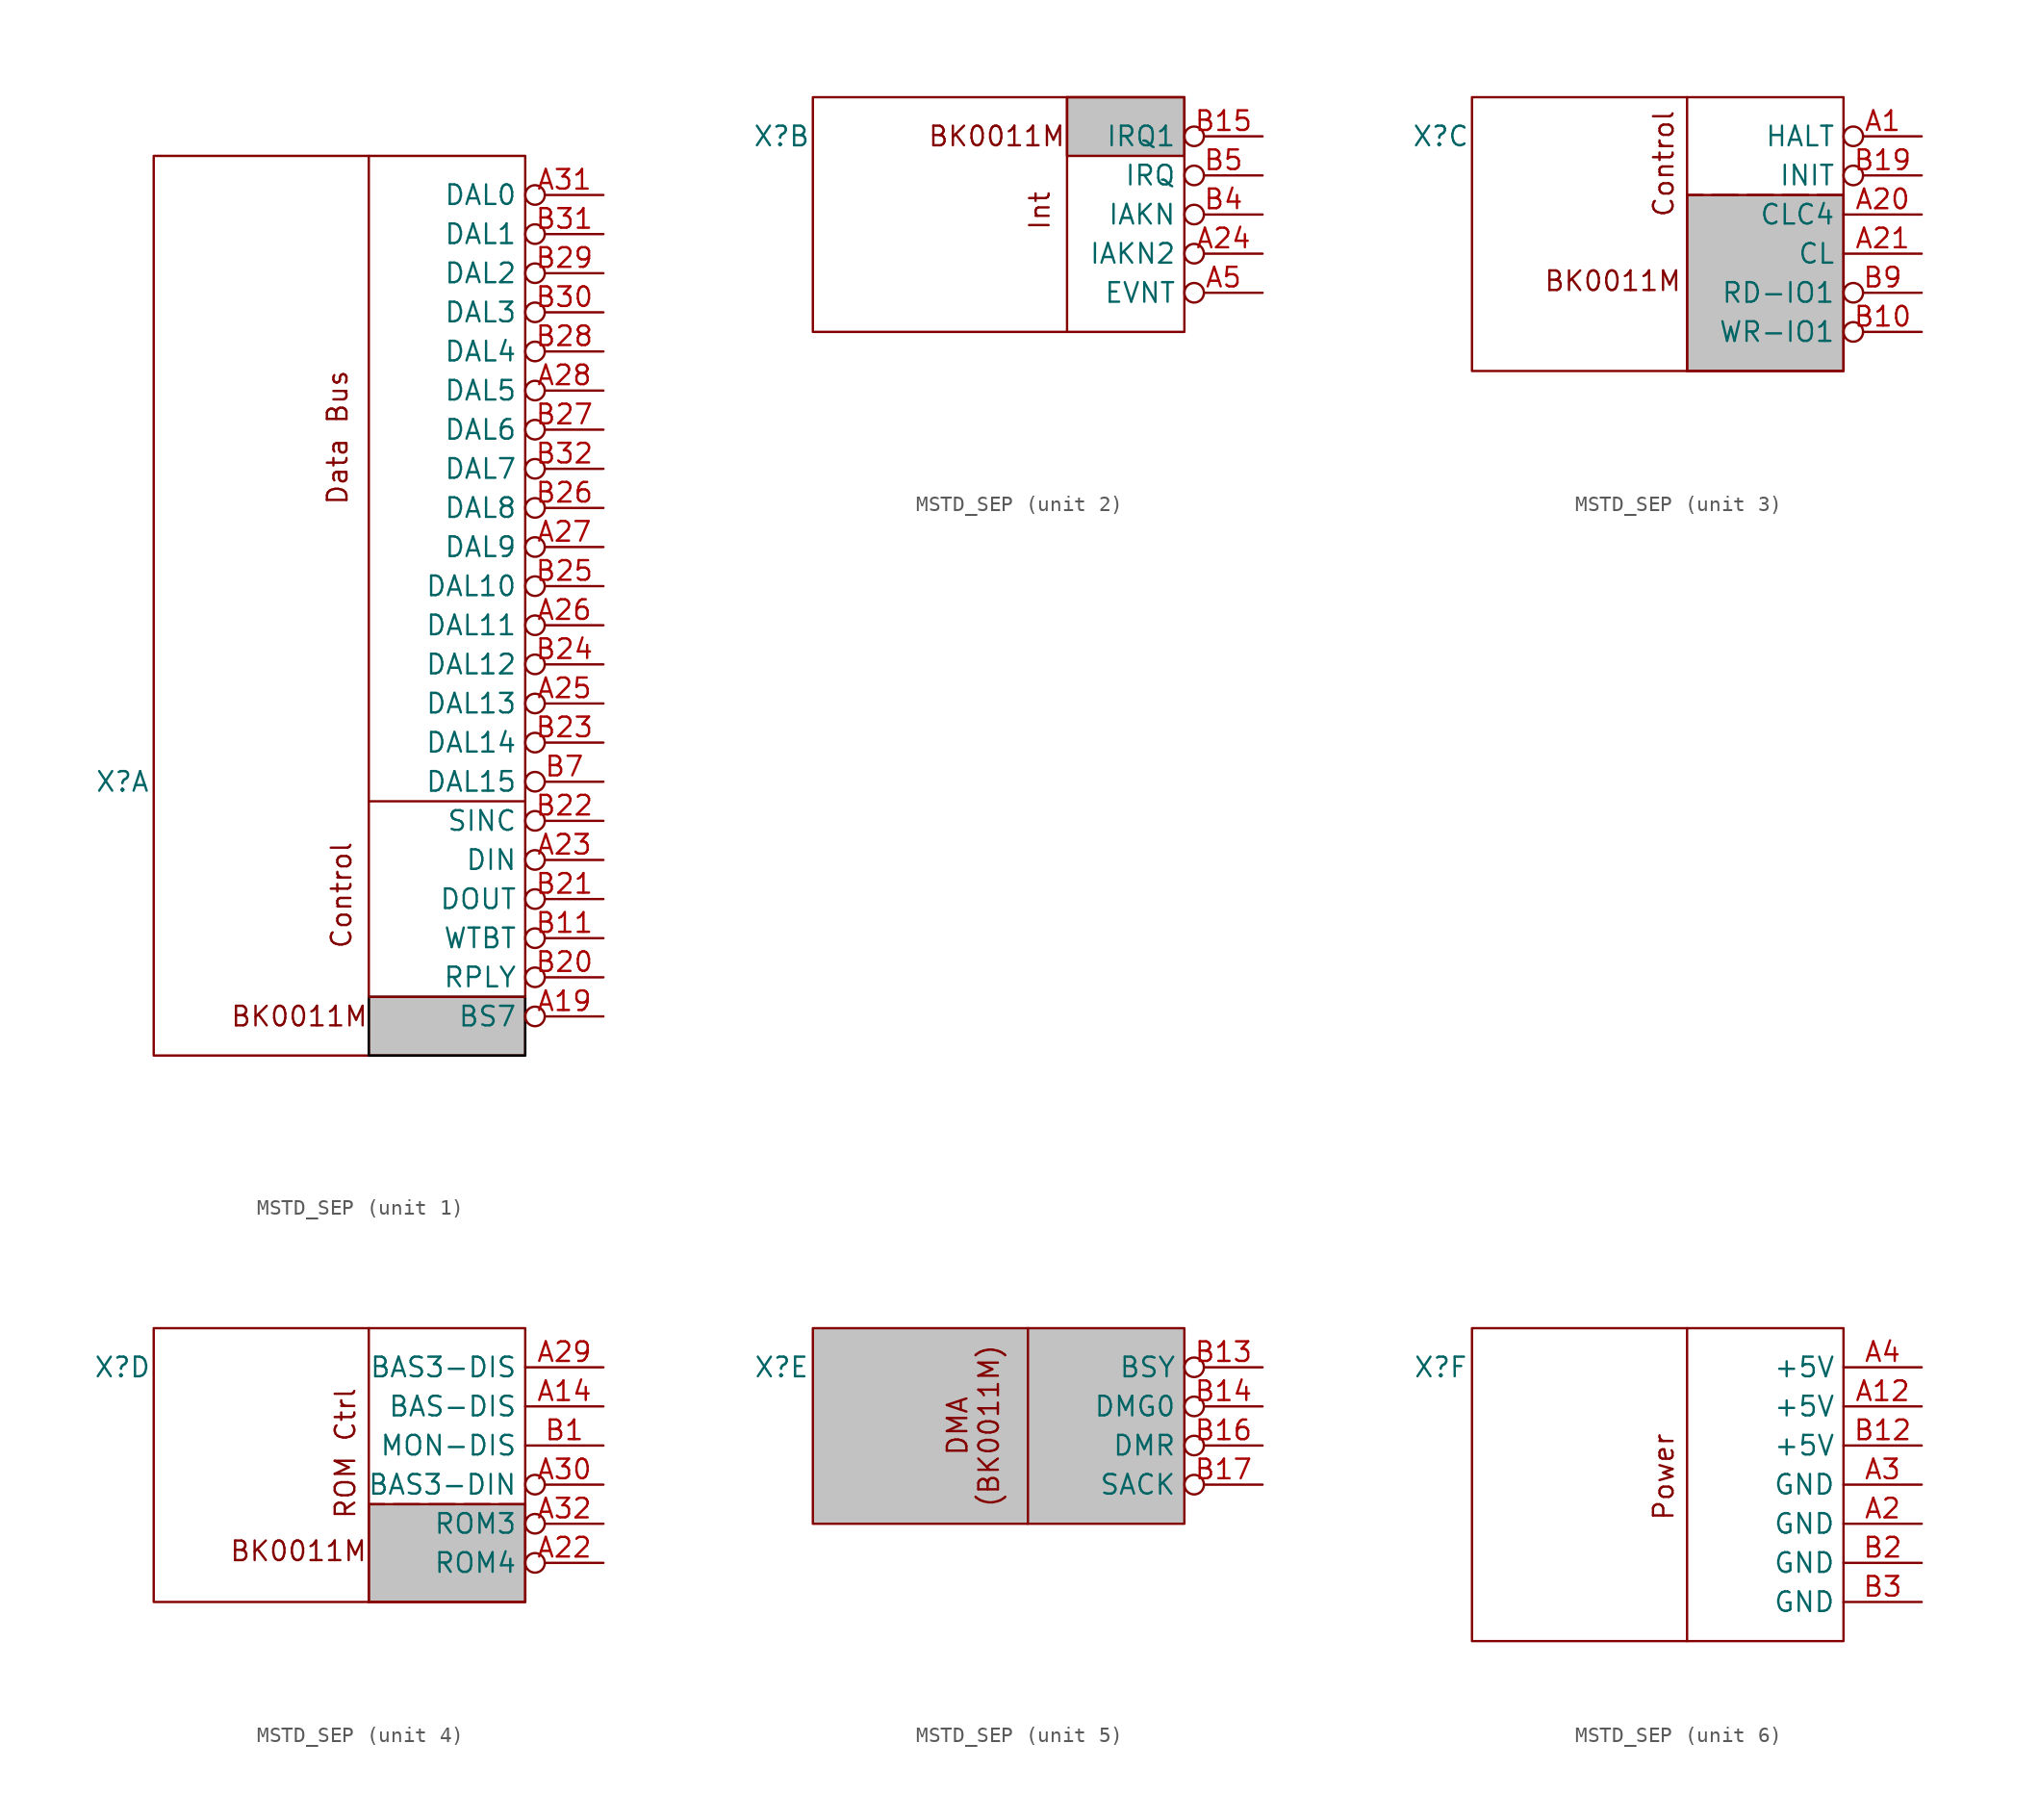
<source format=kicad_sym>
(kicad_symbol_lib
  (version 20231120)
  (generator "kicad_symbol_editor")
  (generator_version "8.0")
  (symbol "MSTD_SEP"
    (property "Reference" "X"
      (at -31.242 0 0)
      (effects (font (size 1.27 1.27))))
    (property "Value" ""
      (at -5.08 -20.32 0)
      (effects (font (size 1.27 1.27))))
    (property "ki_locked" ""
      (at 0 0 0)
      (effects (font (size 1.27 1.27))))
    (symbol "MSTD_SEP_1_1"
      (rectangle (start -29.21 40.64) (end -5.08 -17.78) (stroke (width 0) (type default)) (fill (type none)))
      (rectangle (start -15.24 -13.97) (end -5.08 -17.78) (stroke (width 0) (type default) (color 0 0 0 1)) (fill (type color) (color 194 194 194 1)))
      (polyline (pts (xy -15.24 40.64) (xy -15.24 -17.78)) (stroke (width 0) (type default)) (fill (type none)))
      (polyline (pts (xy -5.08 -13.97) (xy -15.24 -13.97)) (stroke (width 0) (type default)) (fill (type none)))
      (polyline (pts (xy -5.08 -1.27) (xy -15.24 -1.27)) (stroke (width 0) (type default)) (fill (type none)))
      (text "BK0011M" (at -15.24 -15.24 0) (effects (font (size 1.27 1.27)) (justify right)))
      (text "Control" (at -17.018 -7.366 900) (effects (font (size 1.27 1.27))))
      (text "Data Bus" (at -17.272 22.352 900) (effects (font (size 1.27 1.27))))
      (pin output inverted (at 0 -15.24 180) (length 5.08) (name "BS7" (effects (font (size 1.27 1.27)))) (number "A19" (effects (font (size 1.27 1.27)))))
      (pin output inverted (at 0 -5.08 180) (length 5.08) (name "DIN" (effects (font (size 1.27 1.27)))) (number "A23" (effects (font (size 1.27 1.27)))))
      (pin bidirectional inverted (at 0 5.08 180) (length 5.08) (name "DAL13" (effects (font (size 1.27 1.27)))) (number "A25" (effects (font (size 1.27 1.27)))))
      (pin bidirectional inverted (at 0 10.16 180) (length 5.08) (name "DAL11" (effects (font (size 1.27 1.27)))) (number "A26" (effects (font (size 1.27 1.27)))))
      (pin bidirectional inverted (at 0 15.24 180) (length 5.08) (name "DAL9" (effects (font (size 1.27 1.27)))) (number "A27" (effects (font (size 1.27 1.27)))))
      (pin bidirectional inverted (at 0 25.4 180) (length 5.08) (name "DAL5" (effects (font (size 1.27 1.27)))) (number "A28" (effects (font (size 1.27 1.27)))))
      (pin bidirectional inverted (at 0 38.1 180) (length 5.08) (name "DAL0" (effects (font (size 1.27 1.27)))) (number "A31" (effects (font (size 1.27 1.27)))))
      (pin output inverted (at 0 -10.16 180) (length 5.08) (name "WTBT" (effects (font (size 1.27 1.27)))) (number "B11" (effects (font (size 1.27 1.27)))))
      (pin input inverted (at 0 -12.7 180) (length 5.08) (name "RPLY" (effects (font (size 1.27 1.27)))) (number "B20" (effects (font (size 1.27 1.27)))))
      (pin output inverted (at 0 -7.62 180) (length 5.08) (name "DOUT" (effects (font (size 1.27 1.27)))) (number "B21" (effects (font (size 1.27 1.27)))))
      (pin output inverted (at 0 -2.54 180) (length 5.08) (name "SINC" (effects (font (size 1.27 1.27)))) (number "B22" (effects (font (size 1.27 1.27)))))
      (pin bidirectional inverted (at 0 2.54 180) (length 5.08) (name "DAL14" (effects (font (size 1.27 1.27)))) (number "B23" (effects (font (size 1.27 1.27)))))
      (pin bidirectional inverted (at 0 7.62 180) (length 5.08) (name "DAL12" (effects (font (size 1.27 1.27)))) (number "B24" (effects (font (size 1.27 1.27)))))
      (pin bidirectional inverted (at 0 12.7 180) (length 5.08) (name "DAL10" (effects (font (size 1.27 1.27)))) (number "B25" (effects (font (size 1.27 1.27)))))
      (pin bidirectional inverted (at 0 17.78 180) (length 5.08) (name "DAL8" (effects (font (size 1.27 1.27)))) (number "B26" (effects (font (size 1.27 1.27)))))
      (pin bidirectional inverted (at 0 22.86 180) (length 5.08) (name "DAL6" (effects (font (size 1.27 1.27)))) (number "B27" (effects (font (size 1.27 1.27)))))
      (pin bidirectional inverted (at 0 27.94 180) (length 5.08) (name "DAL4" (effects (font (size 1.27 1.27)))) (number "B28" (effects (font (size 1.27 1.27)))))
      (pin bidirectional inverted (at 0 33.02 180) (length 5.08) (name "DAL2" (effects (font (size 1.27 1.27)))) (number "B29" (effects (font (size 1.27 1.27)))))
      (pin bidirectional inverted (at 0 30.48 180) (length 5.08) (name "DAL3" (effects (font (size 1.27 1.27)))) (number "B30" (effects (font (size 1.27 1.27)))))
      (pin bidirectional inverted (at 0 35.56 180) (length 5.08) (name "DAL1" (effects (font (size 1.27 1.27)))) (number "B31" (effects (font (size 1.27 1.27)))))
      (pin bidirectional inverted (at 0 20.32 180) (length 5.08) (name "DAL7" (effects (font (size 1.27 1.27)))) (number "B32" (effects (font (size 1.27 1.27)))))
      (pin bidirectional inverted (at 0 0 180) (length 5.08) (name "DAL15" (effects (font (size 1.27 1.27)))) (number "B7" (effects (font (size 1.27 1.27))))))
    (symbol "MSTD_SEP_2_1"
      (rectangle (start -29.21 2.54) (end -5.08 -12.7) (stroke (width 0) (type default)) (fill (type none)))
      (rectangle (start -12.7 2.54) (end -5.08 -1.27) (stroke (width 0) (type default)) (fill (type color) (color 194 194 194 1)))
      (polyline (pts (xy -12.7 2.54) (xy -12.7 -12.7)) (stroke (width 0) (type default)) (fill (type none)))
      (text "BK0011M" (at -17.272 0 0) (effects (font (size 1.27 1.27))))
      (text "Int" (at -14.478 -4.826 900) (effects (font (size 1.27 1.27))))
      (pin output inverted (at 0 -7.62 180) (length 5.08) (name "IAKN2" (effects (font (size 1.27 1.27)))) (number "A24" (effects (font (size 1.27 1.27)))))
      (pin input inverted (at 0 -10.16 180) (length 5.08) (name "EVNT" (effects (font (size 1.27 1.27)))) (number "A5" (effects (font (size 1.27 1.27)))))
      (pin input inverted (at 0 0 180) (length 5.08) (name "IRQ1" (effects (font (size 1.27 1.27)))) (number "B15" (effects (font (size 1.27 1.27)))))
      (pin output inverted (at 0 -5.08 180) (length 5.08) (name "IAKN" (effects (font (size 1.27 1.27)))) (number "B4" (effects (font (size 1.27 1.27)))))
      (pin input inverted (at 0 -2.54 180) (length 5.08) (name "IRQ" (effects (font (size 1.27 1.27)))) (number "B5" (effects (font (size 1.27 1.27))))))
    (symbol "MSTD_SEP_3_1"
      (rectangle (start -29.21 2.54) (end -5.08 -15.24) (stroke (width 0) (type default)) (fill (type none)))
      (rectangle (start -15.24 -3.81) (end -5.08 -15.24) (stroke (width 0) (type default)) (fill (type color) (color 194 194 194 1)))
      (polyline (pts (xy -15.24 2.54) (xy -15.24 -15.24)) (stroke (width 0) (type default)) (fill (type none)))
      (polyline (pts (xy -5.08 -3.81) (xy -15.24 -3.81)) (stroke (width 0) (type dash)) (fill (type none)))
      (text "BK0011M" (at -20.066 -9.398 0) (effects (font (size 1.27 1.27))))
      (text "Control" (at -16.764 -1.778 900) (effects (font (size 1.27 1.27))))
      (pin input inverted (at 0 0 180) (length 5.08) (name "HALT" (effects (font (size 1.27 1.27)))) (number "A1" (effects (font (size 1.27 1.27)))))
      (pin output line (at 0 -5.08 180) (length 5.08) (name "CLC4" (effects (font (size 1.27 1.27)))) (number "A20" (effects (font (size 1.27 1.27)))))
      (pin output line (at 0 -7.62 180) (length 5.08) (name "CL" (effects (font (size 1.27 1.27)))) (number "A21" (effects (font (size 1.27 1.27)))))
      (pin output inverted (at 0 -12.7 180) (length 5.08) (name "WR-IO1" (effects (font (size 1.27 1.27)))) (number "B10" (effects (font (size 1.27 1.27)))))
      (pin input inverted (at 0 -2.54 180) (length 5.08) (name "INIT" (effects (font (size 1.27 1.27)))) (number "B19" (effects (font (size 1.27 1.27)))))
      (pin output inverted (at 0 -10.16 180) (length 5.08) (name "RD-IO1" (effects (font (size 1.27 1.27)))) (number "B9" (effects (font (size 1.27 1.27))))))
    (symbol "MSTD_SEP_4_1"
      (rectangle (start -29.21 2.54) (end -5.08 -15.24) (stroke (width 0) (type default)) (fill (type none)))
      (rectangle (start -15.24 -8.89) (end -5.08 -15.24) (stroke (width 0) (type default)) (fill (type color) (color 194 194 194 1)))
      (polyline (pts (xy -15.24 2.54) (xy -15.24 -15.24)) (stroke (width 0) (type default)) (fill (type none)))
      (polyline (pts (xy -5.08 -8.89) (xy -15.24 -8.89)) (stroke (width 0) (type dash)) (fill (type none)))
      (text "BK0011M" (at -19.812 -11.938 0) (effects (font (size 1.27 1.27))))
      (text "ROM Ctrl" (at -16.764 -5.588 900) (effects (font (size 1.27 1.27))))
      (pin input line (at 0 -2.54 180) (length 5.08) (name "BAS-DIS" (effects (font (size 1.27 1.27)))) (number "A14" (effects (font (size 1.27 1.27)))))
      (pin output inverted (at 0 -12.7 180) (length 5.08) (name "ROM4" (effects (font (size 1.27 1.27)))) (number "A22" (effects (font (size 1.27 1.27)))))
      (pin input line (at 0 0 180) (length 5.08) (name "BAS3-DIS" (effects (font (size 1.27 1.27)))) (number "A29" (effects (font (size 1.27 1.27)))))
      (pin output inverted (at 0 -7.62 180) (length 5.08) (name "BAS3-DIN" (effects (font (size 1.27 1.27)))) (number "A30" (effects (font (size 1.27 1.27)))))
      (pin output inverted (at 0 -10.16 180) (length 5.08) (name "ROM3" (effects (font (size 1.27 1.27)))) (number "A32" (effects (font (size 1.27 1.27)))))
      (pin input line (at 0 -5.08 180) (length 5.08) (name "MON-DIS" (effects (font (size 1.27 1.27)))) (number "B1" (effects (font (size 1.27 1.27))))))
    (symbol "MSTD_SEP_5_1"
      (rectangle (start -29.21 2.54) (end -5.08 -10.16) (stroke (width 0) (type default)) (fill (type color) (color 194 194 194 1)))
      (polyline (pts (xy -15.24 2.54) (xy -15.24 -10.16)) (stroke (width 0) (type default)) (fill (type none)))
      (text "DMA\n(BK0011M)" (at -18.796 -3.81 900) (effects (font (size 1.27 1.27))))
      (pin output inverted (at 0 0 180) (length 5.08) (name "BSY" (effects (font (size 1.27 1.27)))) (number "B13" (effects (font (size 1.27 1.27)))))
      (pin output inverted (at 0 -2.54 180) (length 5.08) (name "DMG0" (effects (font (size 1.27 1.27)))) (number "B14" (effects (font (size 1.27 1.27)))))
      (pin input inverted (at 0 -5.08 180) (length 5.08) (name "DMR" (effects (font (size 1.27 1.27)))) (number "B16" (effects (font (size 1.27 1.27)))))
      (pin output inverted (at 0 -7.62 180) (length 5.08) (name "SACK" (effects (font (size 1.27 1.27)))) (number "B17" (effects (font (size 1.27 1.27))))))
    (symbol "MSTD_SEP_6_1"
      (rectangle (start -29.21 2.54) (end -5.08 -17.78) (stroke (width 0) (type default)) (fill (type none)))
      (polyline (pts (xy -15.24 2.54) (xy -15.24 -17.78)) (stroke (width 0) (type default)) (fill (type none)))
      (text "Power" (at -16.764 -7.112 900) (effects (font (size 1.27 1.27))))
      (pin power_out line (at 0 -2.54 180) (length 5.08) (name "+5V" (effects (font (size 1.27 1.27)))) (number "A12" (effects (font (size 1.27 1.27)))))
      (pin power_out line (at 0 -10.16 180) (length 5.08) (name "GND" (effects (font (size 1.27 1.27)))) (number "A2" (effects (font (size 1.27 1.27)))))
      (pin power_out line (at 0 -7.62 180) (length 5.08) (name "GND" (effects (font (size 1.27 1.27)))) (number "A3" (effects (font (size 1.27 1.27)))))
      (pin power_out line (at 0 0 180) (length 5.08) (name "+5V" (effects (font (size 1.27 1.27)))) (number "A4" (effects (font (size 1.27 1.27)))))
      (pin power_out line (at 0 -5.08 180) (length 5.08) (name "+5V" (effects (font (size 1.27 1.27)))) (number "B12" (effects (font (size 1.27 1.27)))))
      (pin power_out line (at 0 -12.7 180) (length 5.08) (name "GND" (effects (font (size 1.27 1.27)))) (number "B2" (effects (font (size 1.27 1.27)))))
      (pin power_out line (at 0 -15.24 180) (length 5.08) (name "GND" (effects (font (size 1.27 1.27)))) (number "B3" (effects (font (size 1.27 1.27))))))))
</source>
